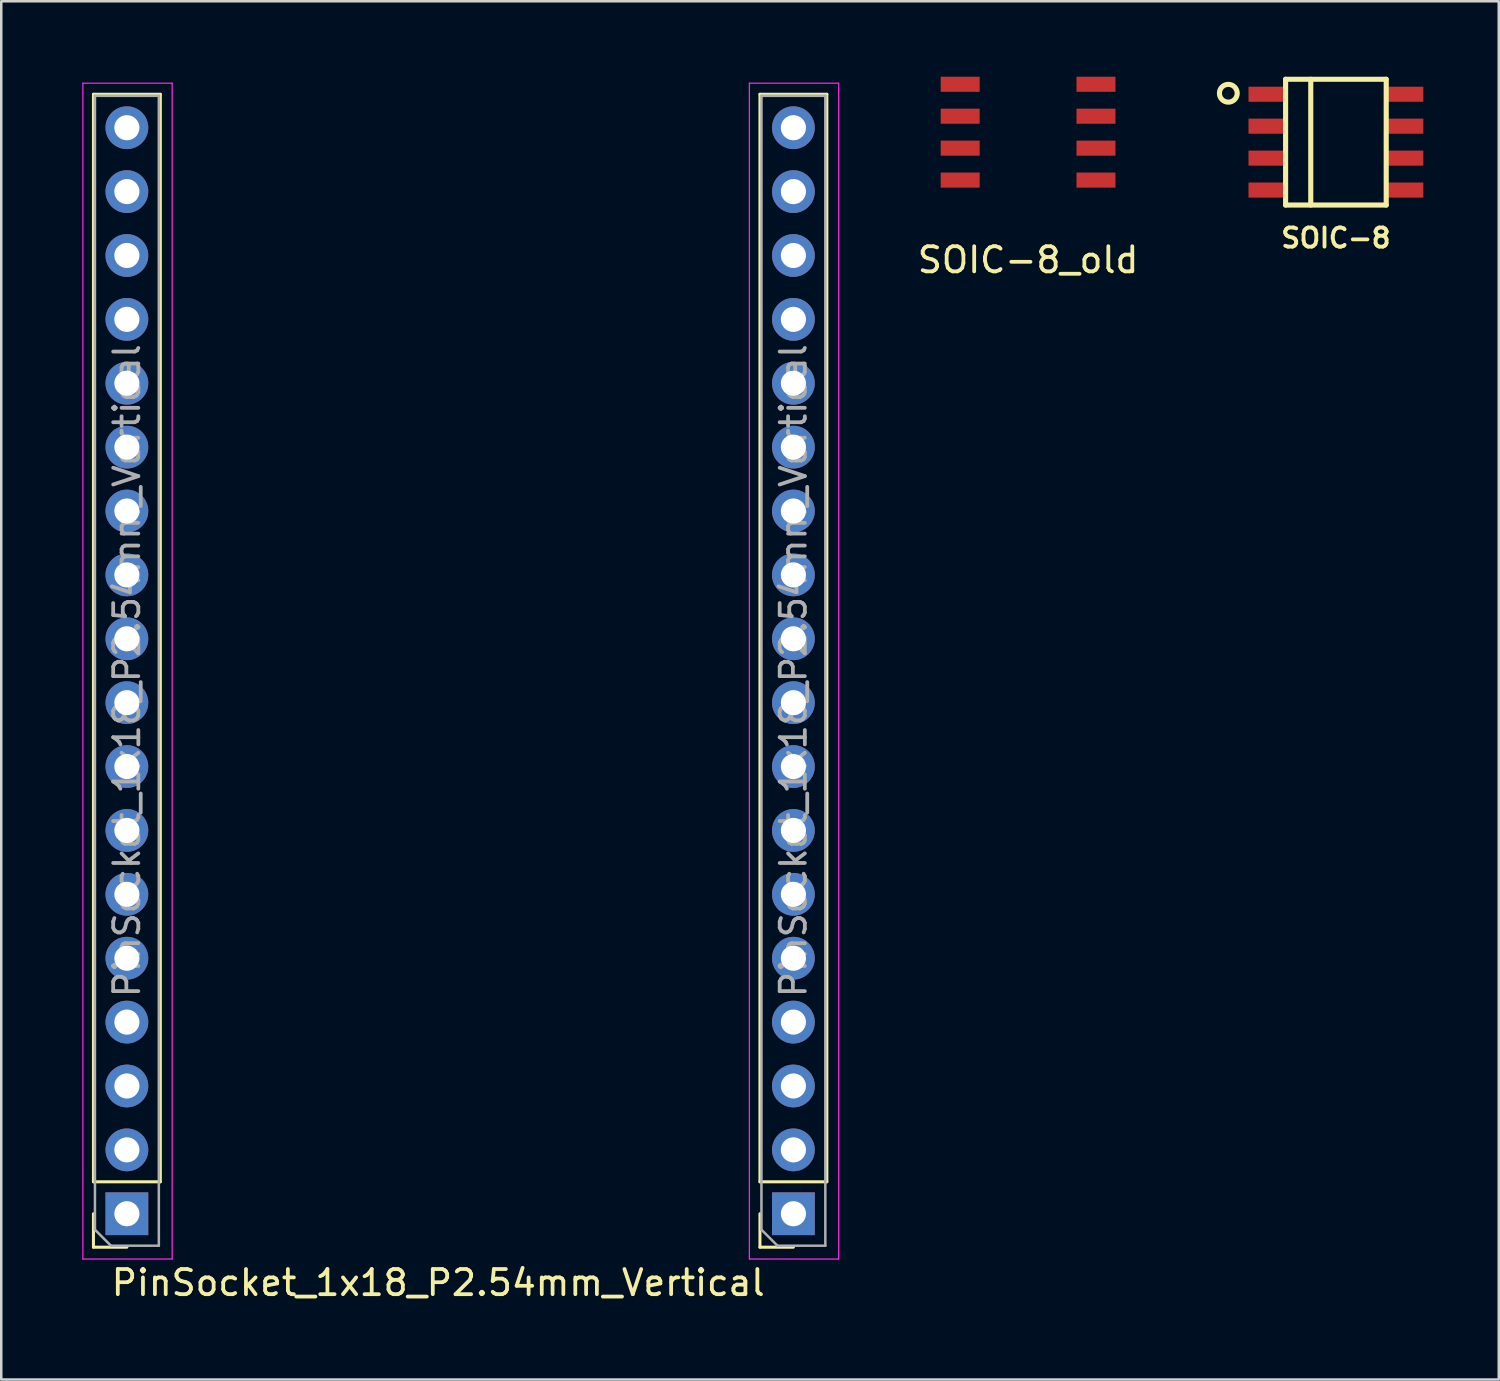
<source format=kicad_pcb>
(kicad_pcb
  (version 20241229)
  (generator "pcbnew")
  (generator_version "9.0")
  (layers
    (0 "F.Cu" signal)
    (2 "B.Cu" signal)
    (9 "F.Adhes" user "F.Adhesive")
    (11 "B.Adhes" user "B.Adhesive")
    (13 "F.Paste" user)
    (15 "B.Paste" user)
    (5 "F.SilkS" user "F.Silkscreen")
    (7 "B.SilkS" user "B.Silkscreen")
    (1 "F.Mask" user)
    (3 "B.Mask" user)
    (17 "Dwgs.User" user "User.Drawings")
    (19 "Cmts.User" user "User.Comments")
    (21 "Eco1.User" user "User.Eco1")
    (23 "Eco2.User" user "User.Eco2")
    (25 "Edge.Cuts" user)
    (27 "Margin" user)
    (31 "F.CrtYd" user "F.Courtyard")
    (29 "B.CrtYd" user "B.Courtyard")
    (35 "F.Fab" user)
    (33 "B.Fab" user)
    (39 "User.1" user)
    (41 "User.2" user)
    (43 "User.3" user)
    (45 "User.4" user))
  (footprint "SOIC-8_old"
    (layer "F.Cu")
    (at 37.826 2.205)
    (property "Reference" "SOIC-8_old" (at 0 5.08 0) (layer "F.SilkS") (effects (font (size 1 1) (thickness 0.15))))
    (attr through_hole)
    (pad "1" smd rect (at -2.7 -1.905) (size 1.55 0.6) (layers "F.Cu" "F.Mask" "F.Paste"))
    (pad "2" smd rect (at -2.7 -0.635) (size 1.55 0.6) (layers "F.Cu" "F.Mask" "F.Paste"))
    (pad "3" smd rect (at -2.7 0.635) (size 1.55 0.6) (layers "F.Cu" "F.Mask" "F.Paste"))
    (pad "4" smd rect (at -2.7 1.905) (size 1.55 0.6) (layers "F.Cu" "F.Mask" "F.Paste"))
    (pad "5" smd rect (at 2.7 1.905) (size 1.55 0.6) (layers "F.Cu" "F.Mask" "F.Paste"))
    (pad "6" smd rect (at 2.7 0.635) (size 1.55 0.6) (layers "F.Cu" "F.Mask" "F.Paste"))
    (pad "7" smd rect (at 2.7 -0.635) (size 1.55 0.6) (layers "F.Cu" "F.Mask" "F.Paste"))
    (pad "8" smd rect (at 2.7 -1.905) (size 1.55 0.6) (layers "F.Cu" "F.Mask" "F.Paste")))
  (footprint "SOIC-8"
    (layer "F.Cu")
    (at 50.065 2.602)
    (property "Reference" "SOIC-8" (at 0 3.81 0) (layer "F.SilkS") (effects (font (size 0.762 0.762) (thickness 0.152))))
    (attr smd)
    (fp_line (start -2 -2.5) (end -2 2.5) (stroke (width 0.203) (type solid)) (layer "F.SilkS"))
    (fp_line (start -2 2.5) (end 2 2.5) (stroke (width 0.203) (type solid)) (layer "F.SilkS"))
    (fp_line (start -1 -2.5) (end -1 2.5) (stroke (width 0.203) (type solid)) (layer "F.SilkS"))
    (fp_line (start 2 -2.5) (end -2 -2.5) (stroke (width 0.203) (type solid)) (layer "F.SilkS"))
    (fp_line (start 2 2.5) (end 2 -2.5) (stroke (width 0.203) (type solid)) (layer "F.SilkS"))
    (fp_circle (center -4.278 -1.944) (end -4.028 -1.694) (stroke (width 0.203) (type solid)) (fill no) (layer "F.SilkS"))
    (pad "1" smd rect (at -2.7 -1.905) (size 1.55 0.6) (layers "F.Cu" "F.Mask" "F.Paste"))
    (pad "2" smd rect (at -2.7 -0.635) (size 1.55 0.6) (layers "F.Cu" "F.Mask" "F.Paste"))
    (pad "3" smd rect (at -2.7 0.635) (size 1.55 0.6) (layers "F.Cu" "F.Mask" "F.Paste"))
    (pad "4" smd rect (at -2.7 1.905) (size 1.55 0.6) (layers "F.Cu" "F.Mask" "F.Paste"))
    (pad "5" smd rect (at 2.7 1.905) (size 1.55 0.6) (layers "F.Cu" "F.Mask" "F.Paste"))
    (pad "6" smd rect (at 2.7 0.635) (size 1.55 0.6) (layers "F.Cu" "F.Mask" "F.Paste"))
    (pad "7" smd rect (at 2.7 -0.635) (size 1.55 0.6) (layers "F.Cu" "F.Mask" "F.Paste"))
    (pad "8" smd rect (at 2.7 -1.905) (size 1.55 0.6) (layers "F.Cu" "F.Mask" "F.Paste")))
  (footprint "PinSocket_1x18_P2.54mm_Vertical"
    (layer "F.Cu")
    (at 0.25 0.25)
    (property "Reference" "PinSocket_1x18_P2.54mm_Vertical" (at 14.122 47.701 180) (layer "F.SilkS") (effects (font (size 1 1) (thickness 0.15))))
    (attr through_hole)
    (fp_line (start 0.415 43.688) (end 0.415 0.448) (stroke (width 0.12) (type solid)) (layer "F.SilkS"))
    (fp_line (start 0.415 46.288) (end 0.415 44.958) (stroke (width 0.12) (type solid)) (layer "F.SilkS"))
    (fp_line (start 1.745 46.288) (end 0.415 46.288) (stroke (width 0.12) (type solid)) (layer "F.SilkS"))
    (fp_line (start 3.075 0.448) (end 0.415 0.448) (stroke (width 0.12) (type solid)) (layer "F.SilkS"))
    (fp_line (start 3.075 43.688) (end 0.415 43.688) (stroke (width 0.12) (type solid)) (layer "F.SilkS"))
    (fp_line (start 3.075 43.688) (end 3.075 0.448) (stroke (width 0.12) (type solid)) (layer "F.SilkS"))
    (fp_line (start 26.915 43.688) (end 26.915 0.448) (stroke (width 0.12) (type solid)) (layer "F.SilkS"))
    (fp_line (start 26.915 46.288) (end 26.915 44.958) (stroke (width 0.12) (type solid)) (layer "F.SilkS"))
    (fp_line (start 28.245 46.288) (end 26.915 46.288) (stroke (width 0.12) (type solid)) (layer "F.SilkS"))
    (fp_line (start 29.575 0.448) (end 26.915 0.448) (stroke (width 0.12) (type solid)) (layer "F.SilkS"))
    (fp_line (start 29.575 43.688) (end 26.915 43.688) (stroke (width 0.12) (type solid)) (layer "F.SilkS"))
    (fp_line (start 29.575 43.688) (end 29.575 0.448) (stroke (width 0.12) (type solid)) (layer "F.SilkS"))
    (fp_line (start -0.005 0.008) (end 3.545 0.008) (stroke (width 0.05) (type solid)) (layer "F.CrtYd"))
    (fp_line (start -0.005 46.758) (end -0.005 0.008) (stroke (width 0.05) (type solid)) (layer "F.CrtYd"))
    (fp_line (start 3.545 0.008) (end 3.545 46.758) (stroke (width 0.05) (type solid)) (layer "F.CrtYd"))
    (fp_line (start 3.545 46.758) (end -0.005 46.758) (stroke (width 0.05) (type solid)) (layer "F.CrtYd"))
    (fp_line (start 26.495 0.008) (end 30.045 0.008) (stroke (width 0.05) (type solid)) (layer "F.CrtYd"))
    (fp_line (start 26.495 46.758) (end 26.495 0.008) (stroke (width 0.05) (type solid)) (layer "F.CrtYd"))
    (fp_line (start 30.045 0.008) (end 30.045 46.758) (stroke (width 0.05) (type solid)) (layer "F.CrtYd"))
    (fp_line (start 30.045 46.758) (end 26.495 46.758) (stroke (width 0.05) (type solid)) (layer "F.CrtYd"))
    (fp_line (start 0.475 0.508) (end 3.015 0.508) (stroke (width 0.1) (type solid)) (layer "F.Fab"))
    (fp_line (start 0.475 45.593) (end 0.475 0.508) (stroke (width 0.1) (type solid)) (layer "F.Fab"))
    (fp_line (start 1.11 46.228) (end 0.475 45.593) (stroke (width 0.1) (type solid)) (layer "F.Fab"))
    (fp_line (start 3.015 0.508) (end 3.015 46.228) (stroke (width 0.1) (type solid)) (layer "F.Fab"))
    (fp_line (start 3.015 46.228) (end 1.11 46.228) (stroke (width 0.1) (type solid)) (layer "F.Fab"))
    (fp_line (start 26.975 0.508) (end 29.515 0.508) (stroke (width 0.1) (type solid)) (layer "F.Fab"))
    (fp_line (start 26.975 45.593) (end 26.975 0.508) (stroke (width 0.1) (type solid)) (layer "F.Fab"))
    (fp_line (start 27.61 46.228) (end 26.975 45.593) (stroke (width 0.1) (type solid)) (layer "F.Fab"))
    (fp_line (start 29.515 0.508) (end 29.515 46.228) (stroke (width 0.1) (type solid)) (layer "F.Fab"))
    (fp_line (start 29.515 46.228) (end 27.61 46.228) (stroke (width 0.1) (type solid)) (layer "F.Fab"))
    (fp_text user "${REFERENCE}" (at 1.745 23.368 270) (layer "F.Fab") (effects (font (size 1 1) (thickness 0.15))))
    (fp_text user "${REFERENCE}" (at 28.245 23.368 270) (layer "F.Fab") (effects (font (size 1 1) (thickness 0.15))))
    (pad "1" thru_hole rect (at 28.245 44.958 180) (size 1.7 1.7) (drill 1) (layers "*.Cu" "*.Mask"))
    (pad "2" thru_hole oval (at 28.245 42.418 180) (size 1.7 1.7) (drill 1) (layers "*.Cu" "*.Mask"))
    (pad "3" thru_hole oval (at 28.245 39.878 180) (size 1.7 1.7) (drill 1) (layers "*.Cu" "*.Mask"))
    (pad "4" thru_hole oval (at 28.245 37.338 180) (size 1.7 1.7) (drill 1) (layers "*.Cu" "*.Mask"))
    (pad "5" thru_hole oval (at 28.245 34.798 180) (size 1.7 1.7) (drill 1) (layers "*.Cu" "*.Mask"))
    (pad "6" thru_hole oval (at 28.245 32.258 180) (size 1.7 1.7) (drill 1) (layers "*.Cu" "*.Mask"))
    (pad "7" thru_hole oval (at 28.245 29.718 180) (size 1.7 1.7) (drill 1) (layers "*.Cu" "*.Mask"))
    (pad "8" thru_hole oval (at 28.245 27.178 180) (size 1.7 1.7) (drill 1) (layers "*.Cu" "*.Mask"))
    (pad "9" thru_hole oval (at 28.245 24.638 180) (size 1.7 1.7) (drill 1) (layers "*.Cu" "*.Mask"))
    (pad "10" thru_hole oval (at 28.245 22.098 180) (size 1.7 1.7) (drill 1) (layers "*.Cu" "*.Mask"))
    (pad "11" thru_hole oval (at 28.245 19.558 180) (size 1.7 1.7) (drill 1) (layers "*.Cu" "*.Mask"))
    (pad "12" thru_hole oval (at 28.245 17.018 180) (size 1.7 1.7) (drill 1) (layers "*.Cu" "*.Mask"))
    (pad "13" thru_hole oval (at 28.245 14.478 180) (size 1.7 1.7) (drill 1) (layers "*.Cu" "*.Mask"))
    (pad "14" thru_hole oval (at 28.245 11.938 180) (size 1.7 1.7) (drill 1) (layers "*.Cu" "*.Mask"))
    (pad "15" thru_hole oval (at 28.245 9.398 180) (size 1.7 1.7) (drill 1) (layers "*.Cu" "*.Mask"))
    (pad "16" thru_hole oval (at 28.245 6.858 180) (size 1.7 1.7) (drill 1) (layers "*.Cu" "*.Mask"))
    (pad "17" thru_hole oval (at 28.245 4.318 180) (size 1.7 1.7) (drill 1) (layers "*.Cu" "*.Mask"))
    (pad "18" thru_hole oval (at 28.245 1.778 180) (size 1.7 1.7) (drill 1) (layers "*.Cu" "*.Mask"))
    (pad "19" thru_hole rect (at 1.745 44.958 180) (size 1.7 1.7) (drill 1) (layers "*.Cu" "*.Mask"))
    (pad "20" thru_hole oval (at 1.745 42.418 180) (size 1.7 1.7) (drill 1) (layers "*.Cu" "*.Mask"))
    (pad "21" thru_hole oval (at 1.745 39.878 180) (size 1.7 1.7) (drill 1) (layers "*.Cu" "*.Mask"))
    (pad "22" thru_hole oval (at 1.745 37.338 180) (size 1.7 1.7) (drill 1) (layers "*.Cu" "*.Mask"))
    (pad "23" thru_hole oval (at 1.745 34.798 180) (size 1.7 1.7) (drill 1) (layers "*.Cu" "*.Mask"))
    (pad "24" thru_hole oval (at 1.745 32.258 180) (size 1.7 1.7) (drill 1) (layers "*.Cu" "*.Mask"))
    (pad "25" thru_hole oval (at 1.745 29.718 180) (size 1.7 1.7) (drill 1) (layers "*.Cu" "*.Mask"))
    (pad "26" thru_hole oval (at 1.745 27.178 180) (size 1.7 1.7) (drill 1) (layers "*.Cu" "*.Mask"))
    (pad "27" thru_hole oval (at 1.745 24.638 180) (size 1.7 1.7) (drill 1) (layers "*.Cu" "*.Mask"))
    (pad "28" thru_hole oval (at 1.745 22.098 180) (size 1.7 1.7) (drill 1) (layers "*.Cu" "*.Mask"))
    (pad "29" thru_hole oval (at 1.745 19.558 180) (size 1.7 1.7) (drill 1) (layers "*.Cu" "*.Mask"))
    (pad "30" thru_hole oval (at 1.745 17.018 180) (size 1.7 1.7) (drill 1) (layers "*.Cu" "*.Mask"))
    (pad "31" thru_hole oval (at 1.745 14.478 180) (size 1.7 1.7) (drill 1) (layers "*.Cu" "*.Mask"))
    (pad "32" thru_hole oval (at 1.745 11.938 180) (size 1.7 1.7) (drill 1) (layers "*.Cu" "*.Mask"))
    (pad "33" thru_hole oval (at 1.745 9.398 180) (size 1.7 1.7) (drill 1) (layers "*.Cu" "*.Mask"))
    (pad "34" thru_hole oval (at 1.745 6.858 180) (size 1.7 1.7) (drill 1) (layers "*.Cu" "*.Mask"))
    (pad "35" thru_hole oval (at 1.745 4.318 180) (size 1.7 1.7) (drill 1) (layers "*.Cu" "*.Mask"))
    (pad "36" thru_hole oval (at 1.745 1.778 180) (size 1.7 1.7) (drill 1) (layers "*.Cu" "*.Mask")))
  (gr_rect
    (start -3 -3)
    (end 56.54 51.799)
    (stroke (width 0.1) (type default))
    (fill no)
    (layer "Edge.Cuts")))
</source>
